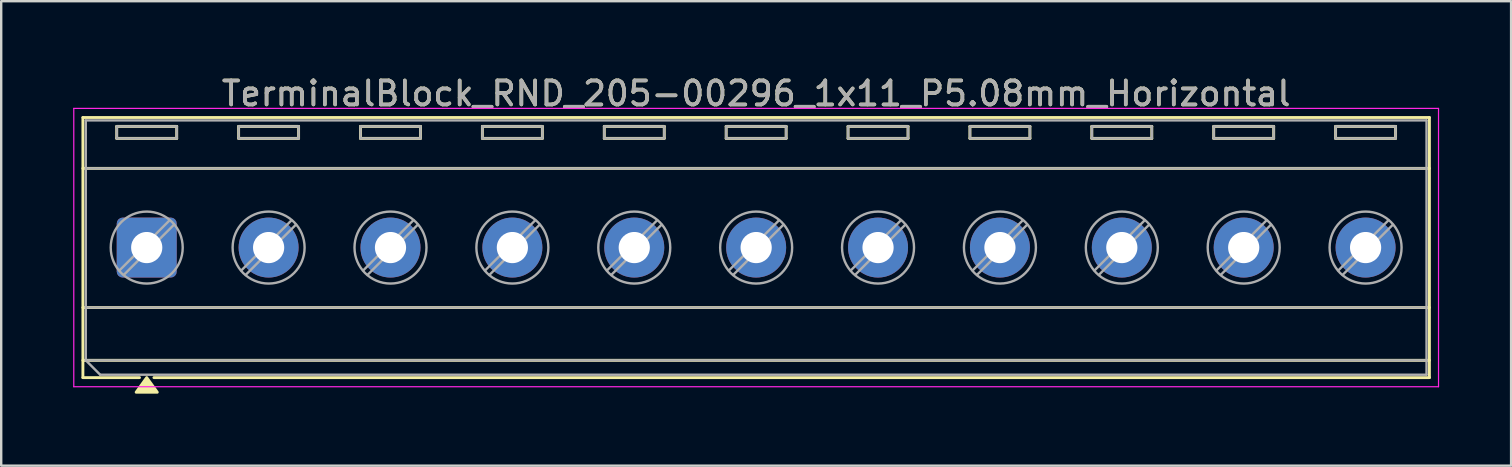
<source format=kicad_pcb>
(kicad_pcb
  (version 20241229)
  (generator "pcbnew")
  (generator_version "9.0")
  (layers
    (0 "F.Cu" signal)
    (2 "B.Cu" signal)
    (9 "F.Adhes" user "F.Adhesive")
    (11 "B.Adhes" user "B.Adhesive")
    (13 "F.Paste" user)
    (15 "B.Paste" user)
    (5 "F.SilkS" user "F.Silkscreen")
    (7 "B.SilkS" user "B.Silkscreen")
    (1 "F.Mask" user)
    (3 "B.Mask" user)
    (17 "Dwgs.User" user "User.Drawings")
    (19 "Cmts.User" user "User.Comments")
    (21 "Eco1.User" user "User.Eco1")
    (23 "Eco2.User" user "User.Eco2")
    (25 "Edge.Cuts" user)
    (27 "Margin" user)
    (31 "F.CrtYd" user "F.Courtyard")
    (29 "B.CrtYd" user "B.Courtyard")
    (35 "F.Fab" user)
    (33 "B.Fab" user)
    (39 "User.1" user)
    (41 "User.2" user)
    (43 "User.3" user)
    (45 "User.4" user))
  (footprint "TerminalBlock_RND_205-00296_1x11_P5.08mm_Horizontal"
    (layer "F.Cu")
    (at 3.065 7.268)
    (property "Reference" "TerminalBlock_RND_205-00296_1x11_P5.08mm_Horizontal" (at 25.4 -6.42 0) (layer "F.SilkS") (effects (font (size 1 1) (thickness 0.15))))
    (attr through_hole)
    (fp_line (start -2.66 -5.42) (end -2.66 5.42) (stroke (width 0.12) (type solid)) (layer "F.SilkS"))
    (fp_line (start -2.66 -5.42) (end 53.46 -5.42) (stroke (width 0.12) (type solid)) (layer "F.SilkS"))
    (fp_line (start -2.66 -3.3) (end 53.46 -3.3) (stroke (width 0.12) (type solid)) (layer "F.SilkS"))
    (fp_line (start -2.66 2.5) (end 53.46 2.5) (stroke (width 0.12) (type solid)) (layer "F.SilkS"))
    (fp_line (start -2.66 4.7) (end 53.46 4.7) (stroke (width 0.12) (type solid)) (layer "F.SilkS"))
    (fp_line (start -2.66 5.42) (end -0.3 5.42) (stroke (width 0.12) (type solid)) (layer "F.SilkS"))
    (fp_line (start -1.25 -5.05) (end -1.25 -4.55) (stroke (width 0.12) (type solid)) (layer "F.SilkS"))
    (fp_line (start -1.25 -5.05) (end 1.25 -5.05) (stroke (width 0.12) (type solid)) (layer "F.SilkS"))
    (fp_line (start -1.25 -4.55) (end 1.25 -4.55) (stroke (width 0.12) (type solid)) (layer "F.SilkS"))
    (fp_line (start 0.3 5.42) (end 53.46 5.42) (stroke (width 0.12) (type solid)) (layer "F.SilkS"))
    (fp_line (start 1.25 -5.05) (end 1.25 -4.55) (stroke (width 0.12) (type solid)) (layer "F.SilkS"))
    (fp_line (start 3.83 -5.05) (end 3.83 -4.55) (stroke (width 0.12) (type solid)) (layer "F.SilkS"))
    (fp_line (start 3.83 -5.05) (end 6.33 -5.05) (stroke (width 0.12) (type solid)) (layer "F.SilkS"))
    (fp_line (start 3.83 -4.55) (end 6.33 -4.55) (stroke (width 0.12) (type solid)) (layer "F.SilkS"))
    (fp_line (start 6.33 -5.05) (end 6.33 -4.55) (stroke (width 0.12) (type solid)) (layer "F.SilkS"))
    (fp_line (start 8.91 -5.05) (end 8.91 -4.55) (stroke (width 0.12) (type solid)) (layer "F.SilkS"))
    (fp_line (start 8.91 -5.05) (end 11.41 -5.05) (stroke (width 0.12) (type solid)) (layer "F.SilkS"))
    (fp_line (start 8.91 -4.55) (end 11.41 -4.55) (stroke (width 0.12) (type solid)) (layer "F.SilkS"))
    (fp_line (start 11.41 -5.05) (end 11.41 -4.55) (stroke (width 0.12) (type solid)) (layer "F.SilkS"))
    (fp_line (start 13.99 -5.05) (end 13.99 -4.55) (stroke (width 0.12) (type solid)) (layer "F.SilkS"))
    (fp_line (start 13.99 -5.05) (end 16.49 -5.05) (stroke (width 0.12) (type solid)) (layer "F.SilkS"))
    (fp_line (start 13.99 -4.55) (end 16.49 -4.55) (stroke (width 0.12) (type solid)) (layer "F.SilkS"))
    (fp_line (start 16.49 -5.05) (end 16.49 -4.55) (stroke (width 0.12) (type solid)) (layer "F.SilkS"))
    (fp_line (start 19.07 -5.05) (end 19.07 -4.55) (stroke (width 0.12) (type solid)) (layer "F.SilkS"))
    (fp_line (start 19.07 -5.05) (end 21.57 -5.05) (stroke (width 0.12) (type solid)) (layer "F.SilkS"))
    (fp_line (start 19.07 -4.55) (end 21.57 -4.55) (stroke (width 0.12) (type solid)) (layer "F.SilkS"))
    (fp_line (start 21.57 -5.05) (end 21.57 -4.55) (stroke (width 0.12) (type solid)) (layer "F.SilkS"))
    (fp_line (start 24.15 -5.05) (end 24.15 -4.55) (stroke (width 0.12) (type solid)) (layer "F.SilkS"))
    (fp_line (start 24.15 -5.05) (end 26.65 -5.05) (stroke (width 0.12) (type solid)) (layer "F.SilkS"))
    (fp_line (start 24.15 -4.55) (end 26.65 -4.55) (stroke (width 0.12) (type solid)) (layer "F.SilkS"))
    (fp_line (start 26.65 -5.05) (end 26.65 -4.55) (stroke (width 0.12) (type solid)) (layer "F.SilkS"))
    (fp_line (start 29.23 -5.05) (end 29.23 -4.55) (stroke (width 0.12) (type solid)) (layer "F.SilkS"))
    (fp_line (start 29.23 -5.05) (end 31.73 -5.05) (stroke (width 0.12) (type solid)) (layer "F.SilkS"))
    (fp_line (start 29.23 -4.55) (end 31.73 -4.55) (stroke (width 0.12) (type solid)) (layer "F.SilkS"))
    (fp_line (start 31.73 -5.05) (end 31.73 -4.55) (stroke (width 0.12) (type solid)) (layer "F.SilkS"))
    (fp_line (start 34.31 -5.05) (end 34.31 -4.55) (stroke (width 0.12) (type solid)) (layer "F.SilkS"))
    (fp_line (start 34.31 -5.05) (end 36.81 -5.05) (stroke (width 0.12) (type solid)) (layer "F.SilkS"))
    (fp_line (start 34.31 -4.55) (end 36.81 -4.55) (stroke (width 0.12) (type solid)) (layer "F.SilkS"))
    (fp_line (start 36.81 -5.05) (end 36.81 -4.55) (stroke (width 0.12) (type solid)) (layer "F.SilkS"))
    (fp_line (start 39.39 -5.05) (end 39.39 -4.55) (stroke (width 0.12) (type solid)) (layer "F.SilkS"))
    (fp_line (start 39.39 -5.05) (end 41.89 -5.05) (stroke (width 0.12) (type solid)) (layer "F.SilkS"))
    (fp_line (start 39.39 -4.55) (end 41.89 -4.55) (stroke (width 0.12) (type solid)) (layer "F.SilkS"))
    (fp_line (start 41.89 -5.05) (end 41.89 -4.55) (stroke (width 0.12) (type solid)) (layer "F.SilkS"))
    (fp_line (start 44.47 -5.05) (end 44.47 -4.55) (stroke (width 0.12) (type solid)) (layer "F.SilkS"))
    (fp_line (start 44.47 -5.05) (end 46.97 -5.05) (stroke (width 0.12) (type solid)) (layer "F.SilkS"))
    (fp_line (start 44.47 -4.55) (end 46.97 -4.55) (stroke (width 0.12) (type solid)) (layer "F.SilkS"))
    (fp_line (start 46.97 -5.05) (end 46.97 -4.55) (stroke (width 0.12) (type solid)) (layer "F.SilkS"))
    (fp_line (start 49.55 -5.05) (end 49.55 -4.55) (stroke (width 0.12) (type solid)) (layer "F.SilkS"))
    (fp_line (start 49.55 -5.05) (end 52.05 -5.05) (stroke (width 0.12) (type solid)) (layer "F.SilkS"))
    (fp_line (start 49.55 -4.55) (end 52.05 -4.55) (stroke (width 0.12) (type solid)) (layer "F.SilkS"))
    (fp_line (start 52.05 -5.05) (end 52.05 -4.55) (stroke (width 0.12) (type solid)) (layer "F.SilkS"))
    (fp_line (start 53.46 -5.42) (end 53.46 5.42) (stroke (width 0.12) (type solid)) (layer "F.SilkS"))
    (fp_poly (pts (xy 0 5.42) (xy 0.44 6.03) (xy -0.44 6.03)) (stroke (width 0.12) (type solid)) (fill yes) (layer "F.SilkS"))
    (fp_line (start -3.04 -5.8) (end -3.04 5.8) (stroke (width 0.05) (type solid)) (layer "F.CrtYd"))
    (fp_line (start -3.04 5.8) (end 53.84 5.8) (stroke (width 0.05) (type solid)) (layer "F.CrtYd"))
    (fp_line (start 53.84 -5.8) (end -3.04 -5.8) (stroke (width 0.05) (type solid)) (layer "F.CrtYd"))
    (fp_line (start 53.84 5.8) (end 53.84 -5.8) (stroke (width 0.05) (type solid)) (layer "F.CrtYd"))
    (fp_line (start -2.54 -5.3) (end 53.34 -5.3) (stroke (width 0.1) (type solid)) (layer "F.Fab"))
    (fp_line (start -2.54 -3.3) (end 53.34 -3.3) (stroke (width 0.1) (type solid)) (layer "F.Fab"))
    (fp_line (start -2.54 2.5) (end 53.34 2.5) (stroke (width 0.1) (type solid)) (layer "F.Fab"))
    (fp_line (start -2.54 4.7) (end -2.54 -5.3) (stroke (width 0.1) (type solid)) (layer "F.Fab"))
    (fp_line (start -2.54 4.7) (end 53.34 4.7) (stroke (width 0.1) (type solid)) (layer "F.Fab"))
    (fp_line (start -1.94 5.3) (end -2.54 4.7) (stroke (width 0.1) (type solid)) (layer "F.Fab"))
    (fp_line (start -1.25 -5.05) (end -1.25 -4.55) (stroke (width 0.1) (type solid)) (layer "F.Fab"))
    (fp_line (start -1.25 -4.55) (end 1.25 -4.55) (stroke (width 0.1) (type solid)) (layer "F.Fab"))
    (fp_line (start 0.955 -1.138) (end -1.138 0.954) (stroke (width 0.1) (type solid)) (layer "F.Fab"))
    (fp_line (start 1.138 -0.954) (end -0.955 1.137) (stroke (width 0.1) (type solid)) (layer "F.Fab"))
    (fp_line (start 1.25 -5.05) (end -1.25 -5.05) (stroke (width 0.1) (type solid)) (layer "F.Fab"))
    (fp_line (start 1.25 -4.55) (end 1.25 -5.05) (stroke (width 0.1) (type solid)) (layer "F.Fab"))
    (fp_line (start 3.83 -5.05) (end 3.83 -4.55) (stroke (width 0.1) (type solid)) (layer "F.Fab"))
    (fp_line (start 3.83 -4.55) (end 6.33 -4.55) (stroke (width 0.1) (type solid)) (layer "F.Fab"))
    (fp_line (start 6.035 -1.138) (end 3.942 0.954) (stroke (width 0.1) (type solid)) (layer "F.Fab"))
    (fp_line (start 6.218 -0.954) (end 4.125 1.137) (stroke (width 0.1) (type solid)) (layer "F.Fab"))
    (fp_line (start 6.33 -5.05) (end 3.83 -5.05) (stroke (width 0.1) (type solid)) (layer "F.Fab"))
    (fp_line (start 6.33 -4.55) (end 6.33 -5.05) (stroke (width 0.1) (type solid)) (layer "F.Fab"))
    (fp_line (start 8.91 -5.05) (end 8.91 -4.55) (stroke (width 0.1) (type solid)) (layer "F.Fab"))
    (fp_line (start 8.91 -4.55) (end 11.41 -4.55) (stroke (width 0.1) (type solid)) (layer "F.Fab"))
    (fp_line (start 11.115 -1.138) (end 9.022 0.954) (stroke (width 0.1) (type solid)) (layer "F.Fab"))
    (fp_line (start 11.298 -0.954) (end 9.205 1.137) (stroke (width 0.1) (type solid)) (layer "F.Fab"))
    (fp_line (start 11.41 -5.05) (end 8.91 -5.05) (stroke (width 0.1) (type solid)) (layer "F.Fab"))
    (fp_line (start 11.41 -4.55) (end 11.41 -5.05) (stroke (width 0.1) (type solid)) (layer "F.Fab"))
    (fp_line (start 13.99 -5.05) (end 13.99 -4.55) (stroke (width 0.1) (type solid)) (layer "F.Fab"))
    (fp_line (start 13.99 -4.55) (end 16.49 -4.55) (stroke (width 0.1) (type solid)) (layer "F.Fab"))
    (fp_line (start 16.195 -1.138) (end 14.102 0.954) (stroke (width 0.1) (type solid)) (layer "F.Fab"))
    (fp_line (start 16.378 -0.954) (end 14.285 1.137) (stroke (width 0.1) (type solid)) (layer "F.Fab"))
    (fp_line (start 16.49 -5.05) (end 13.99 -5.05) (stroke (width 0.1) (type solid)) (layer "F.Fab"))
    (fp_line (start 16.49 -4.55) (end 16.49 -5.05) (stroke (width 0.1) (type solid)) (layer "F.Fab"))
    (fp_line (start 19.07 -5.05) (end 19.07 -4.55) (stroke (width 0.1) (type solid)) (layer "F.Fab"))
    (fp_line (start 19.07 -4.55) (end 21.57 -4.55) (stroke (width 0.1) (type solid)) (layer "F.Fab"))
    (fp_line (start 21.275 -1.138) (end 19.182 0.954) (stroke (width 0.1) (type solid)) (layer "F.Fab"))
    (fp_line (start 21.458 -0.954) (end 19.365 1.137) (stroke (width 0.1) (type solid)) (layer "F.Fab"))
    (fp_line (start 21.57 -5.05) (end 19.07 -5.05) (stroke (width 0.1) (type solid)) (layer "F.Fab"))
    (fp_line (start 21.57 -4.55) (end 21.57 -5.05) (stroke (width 0.1) (type solid)) (layer "F.Fab"))
    (fp_line (start 24.15 -5.05) (end 24.15 -4.55) (stroke (width 0.1) (type solid)) (layer "F.Fab"))
    (fp_line (start 24.15 -4.55) (end 26.65 -4.55) (stroke (width 0.1) (type solid)) (layer "F.Fab"))
    (fp_line (start 26.355 -1.138) (end 24.262 0.954) (stroke (width 0.1) (type solid)) (layer "F.Fab"))
    (fp_line (start 26.538 -0.954) (end 24.445 1.137) (stroke (width 0.1) (type solid)) (layer "F.Fab"))
    (fp_line (start 26.65 -5.05) (end 24.15 -5.05) (stroke (width 0.1) (type solid)) (layer "F.Fab"))
    (fp_line (start 26.65 -4.55) (end 26.65 -5.05) (stroke (width 0.1) (type solid)) (layer "F.Fab"))
    (fp_line (start 29.23 -5.05) (end 29.23 -4.55) (stroke (width 0.1) (type solid)) (layer "F.Fab"))
    (fp_line (start 29.23 -4.55) (end 31.73 -4.55) (stroke (width 0.1) (type solid)) (layer "F.Fab"))
    (fp_line (start 31.435 -1.138) (end 29.342 0.954) (stroke (width 0.1) (type solid)) (layer "F.Fab"))
    (fp_line (start 31.618 -0.954) (end 29.525 1.137) (stroke (width 0.1) (type solid)) (layer "F.Fab"))
    (fp_line (start 31.73 -5.05) (end 29.23 -5.05) (stroke (width 0.1) (type solid)) (layer "F.Fab"))
    (fp_line (start 31.73 -4.55) (end 31.73 -5.05) (stroke (width 0.1) (type solid)) (layer "F.Fab"))
    (fp_line (start 34.31 -5.05) (end 34.31 -4.55) (stroke (width 0.1) (type solid)) (layer "F.Fab"))
    (fp_line (start 34.31 -4.55) (end 36.81 -4.55) (stroke (width 0.1) (type solid)) (layer "F.Fab"))
    (fp_line (start 36.515 -1.138) (end 34.422 0.954) (stroke (width 0.1) (type solid)) (layer "F.Fab"))
    (fp_line (start 36.698 -0.954) (end 34.605 1.137) (stroke (width 0.1) (type solid)) (layer "F.Fab"))
    (fp_line (start 36.81 -5.05) (end 34.31 -5.05) (stroke (width 0.1) (type solid)) (layer "F.Fab"))
    (fp_line (start 36.81 -4.55) (end 36.81 -5.05) (stroke (width 0.1) (type solid)) (layer "F.Fab"))
    (fp_line (start 39.39 -5.05) (end 39.39 -4.55) (stroke (width 0.1) (type solid)) (layer "F.Fab"))
    (fp_line (start 39.39 -4.55) (end 41.89 -4.55) (stroke (width 0.1) (type solid)) (layer "F.Fab"))
    (fp_line (start 41.595 -1.138) (end 39.502 0.954) (stroke (width 0.1) (type solid)) (layer "F.Fab"))
    (fp_line (start 41.778 -0.954) (end 39.685 1.137) (stroke (width 0.1) (type solid)) (layer "F.Fab"))
    (fp_line (start 41.89 -5.05) (end 39.39 -5.05) (stroke (width 0.1) (type solid)) (layer "F.Fab"))
    (fp_line (start 41.89 -4.55) (end 41.89 -5.05) (stroke (width 0.1) (type solid)) (layer "F.Fab"))
    (fp_line (start 44.47 -5.05) (end 44.47 -4.55) (stroke (width 0.1) (type solid)) (layer "F.Fab"))
    (fp_line (start 44.47 -4.55) (end 46.97 -4.55) (stroke (width 0.1) (type solid)) (layer "F.Fab"))
    (fp_line (start 46.675 -1.138) (end 44.582 0.954) (stroke (width 0.1) (type solid)) (layer "F.Fab"))
    (fp_line (start 46.858 -0.954) (end 44.765 1.137) (stroke (width 0.1) (type solid)) (layer "F.Fab"))
    (fp_line (start 46.97 -5.05) (end 44.47 -5.05) (stroke (width 0.1) (type solid)) (layer "F.Fab"))
    (fp_line (start 46.97 -4.55) (end 46.97 -5.05) (stroke (width 0.1) (type solid)) (layer "F.Fab"))
    (fp_line (start 49.55 -5.05) (end 49.55 -4.55) (stroke (width 0.1) (type solid)) (layer "F.Fab"))
    (fp_line (start 49.55 -4.55) (end 52.05 -4.55) (stroke (width 0.1) (type solid)) (layer "F.Fab"))
    (fp_line (start 51.755 -1.138) (end 49.662 0.954) (stroke (width 0.1) (type solid)) (layer "F.Fab"))
    (fp_line (start 51.938 -0.954) (end 49.845 1.137) (stroke (width 0.1) (type solid)) (layer "F.Fab"))
    (fp_line (start 52.05 -5.05) (end 49.55 -5.05) (stroke (width 0.1) (type solid)) (layer "F.Fab"))
    (fp_line (start 52.05 -4.55) (end 52.05 -5.05) (stroke (width 0.1) (type solid)) (layer "F.Fab"))
    (fp_line (start 53.34 -5.3) (end 53.34 5.3) (stroke (width 0.1) (type solid)) (layer "F.Fab"))
    (fp_line (start 53.34 5.3) (end -1.94 5.3) (stroke (width 0.1) (type solid)) (layer "F.Fab"))
    (fp_circle (center 0 0) (end 1.5 0) (stroke (width 0.1) (type solid)) (fill no) (layer "F.Fab"))
    (fp_circle (center 5.08 0) (end 6.58 0) (stroke (width 0.1) (type solid)) (fill no) (layer "F.Fab"))
    (fp_circle (center 10.16 0) (end 11.66 0) (stroke (width 0.1) (type solid)) (fill no) (layer "F.Fab"))
    (fp_circle (center 15.24 0) (end 16.74 0) (stroke (width 0.1) (type solid)) (fill no) (layer "F.Fab"))
    (fp_circle (center 20.32 0) (end 21.82 0) (stroke (width 0.1) (type solid)) (fill no) (layer "F.Fab"))
    (fp_circle (center 25.4 0) (end 26.9 0) (stroke (width 0.1) (type solid)) (fill no) (layer "F.Fab"))
    (fp_circle (center 30.48 0) (end 31.98 0) (stroke (width 0.1) (type solid)) (fill no) (layer "F.Fab"))
    (fp_circle (center 35.56 0) (end 37.06 0) (stroke (width 0.1) (type solid)) (fill no) (layer "F.Fab"))
    (fp_circle (center 40.64 0) (end 42.14 0) (stroke (width 0.1) (type solid)) (fill no) (layer "F.Fab"))
    (fp_circle (center 45.72 0) (end 47.22 0) (stroke (width 0.1) (type solid)) (fill no) (layer "F.Fab"))
    (fp_circle (center 50.8 0) (end 52.3 0) (stroke (width 0.1) (type solid)) (fill no) (layer "F.Fab"))
    (fp_text user "${REFERENCE}" (at 25.4 -6.42 0) (layer "F.Fab") (effects (font (size 1 1) (thickness 0.15))))
    (pad "1" thru_hole roundrect (at 0 0) (size 2.5 2.5) (drill 1.3) (layers "*.Cu" "*.Mask") (roundrect_rratio 0.1))
    (pad "2" thru_hole circle (at 5.08 0) (size 2.5 2.5) (drill 1.3) (layers "*.Cu" "*.Mask"))
    (pad "3" thru_hole circle (at 10.16 0) (size 2.5 2.5) (drill 1.3) (layers "*.Cu" "*.Mask"))
    (pad "4" thru_hole circle (at 15.24 0) (size 2.5 2.5) (drill 1.3) (layers "*.Cu" "*.Mask"))
    (pad "5" thru_hole circle (at 20.32 0) (size 2.5 2.5) (drill 1.3) (layers "*.Cu" "*.Mask"))
    (pad "6" thru_hole circle (at 25.4 0) (size 2.5 2.5) (drill 1.3) (layers "*.Cu" "*.Mask"))
    (pad "7" thru_hole circle (at 30.48 0) (size 2.5 2.5) (drill 1.3) (layers "*.Cu" "*.Mask"))
    (pad "8" thru_hole circle (at 35.56 0) (size 2.5 2.5) (drill 1.3) (layers "*.Cu" "*.Mask"))
    (pad "9" thru_hole circle (at 40.64 0) (size 2.5 2.5) (drill 1.3) (layers "*.Cu" "*.Mask"))
    (pad "10" thru_hole circle (at 45.72 0) (size 2.5 2.5) (drill 1.3) (layers "*.Cu" "*.Mask"))
    (pad "11" thru_hole circle (at 50.8 0) (size 2.5 2.5) (drill 1.3) (layers "*.Cu" "*.Mask")))
  (gr_rect
    (start -3 -3)
    (end 59.93 16.358)
    (stroke (width 0.1) (type default))
    (fill no)
    (layer "Edge.Cuts")))
</source>
